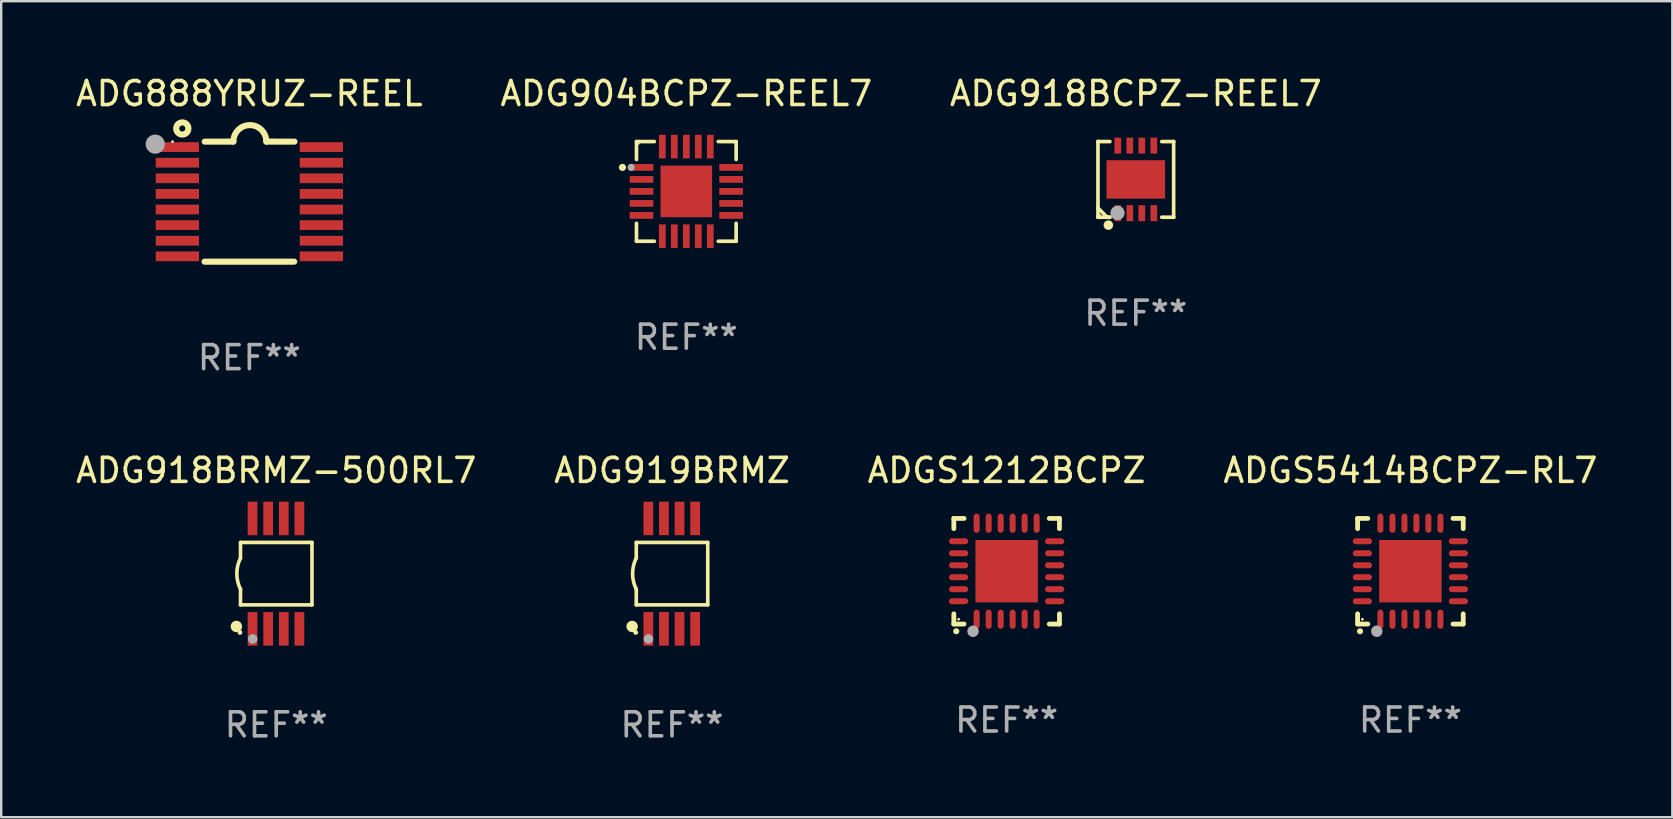
<source format=kicad_pcb>
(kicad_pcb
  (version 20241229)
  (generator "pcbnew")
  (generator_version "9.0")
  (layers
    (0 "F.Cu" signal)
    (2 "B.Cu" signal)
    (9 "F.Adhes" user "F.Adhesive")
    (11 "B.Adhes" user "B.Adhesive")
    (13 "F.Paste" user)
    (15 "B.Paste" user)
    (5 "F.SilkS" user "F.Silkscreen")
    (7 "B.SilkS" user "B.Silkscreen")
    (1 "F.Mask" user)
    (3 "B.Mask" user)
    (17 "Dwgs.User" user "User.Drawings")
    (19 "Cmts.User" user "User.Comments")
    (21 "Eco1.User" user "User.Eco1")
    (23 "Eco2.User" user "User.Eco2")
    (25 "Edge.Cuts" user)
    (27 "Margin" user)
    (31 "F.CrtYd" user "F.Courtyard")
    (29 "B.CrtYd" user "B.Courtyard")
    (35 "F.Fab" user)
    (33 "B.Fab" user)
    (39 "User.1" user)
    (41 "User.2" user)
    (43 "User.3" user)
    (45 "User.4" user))
  (footprint "ADGS1212BCPZ"
    (layer "F.Cu")
    (at 38.887 20.748)
    (property "Reference" "ADGS1212BCPZ" (at 0 -4.2 0) (layer "F.SilkS") (effects (font (size 1 1) (thickness 0.15))))
    (attr through_hole)
    (fp_line (start -2.2 -2.2) (end -2.2 -1.775) (stroke (width 0.2) (type solid)) (layer "F.SilkS"))
    (fp_line (start -2.2 2.2) (end -2.2 1.775) (stroke (width 0.2) (type solid)) (layer "F.SilkS"))
    (fp_line (start -1.775 -2.2) (end -2.2 -2.2) (stroke (width 0.2) (type solid)) (layer "F.SilkS"))
    (fp_line (start -1.775 2.2) (end -2.2 2.2) (stroke (width 0.2) (type solid)) (layer "F.SilkS"))
    (fp_line (start 2.2 -2.2) (end 1.775 -2.2) (stroke (width 0.2) (type solid)) (layer "F.SilkS"))
    (fp_line (start 2.2 -1.775) (end 2.2 -2.2) (stroke (width 0.2) (type solid)) (layer "F.SilkS"))
    (fp_line (start 2.2 1.775) (end 2.2 2.2) (stroke (width 0.2) (type solid)) (layer "F.SilkS"))
    (fp_line (start 2.2 2.2) (end 1.775 2.2) (stroke (width 0.2) (type solid)) (layer "F.SilkS"))
    (fp_arc (start -2.1 2.5) (mid -2.09873 2.499994) (end -2.09746 2.5) (stroke (width 0.25) (type solid)) (layer "F.SilkS"))
    (fp_circle (center -2 2) (end -1.97 2) (stroke (width 0.06) (type solid)) (fill no) (layer "F.SilkS"))
    (fp_circle (center -1.4 2.5) (end -1.28 2.5) (stroke (width 0.24) (type solid)) (fill no) (layer "F.Fab"))
    (fp_text user "REF**" (at 0 6.2 0) (layer "F.Fab") (effects (font (size 1 1) (thickness 0.15))))
    (pad "1" smd oval (at -1.25 2) (size 0.25 0.8) (layers "F.Cu" "F.Mask" "F.Paste"))
    (pad "2" smd oval (at -0.749 2) (size 0.25 0.8) (layers "F.Cu" "F.Mask" "F.Paste"))
    (pad "3" smd oval (at -0.249 2) (size 0.25 0.8) (layers "F.Cu" "F.Mask" "F.Paste"))
    (pad "4" smd oval (at 0.249 2) (size 0.25 0.8) (layers "F.Cu" "F.Mask" "F.Paste"))
    (pad "5" smd oval (at 0.749 2) (size 0.25 0.8) (layers "F.Cu" "F.Mask" "F.Paste"))
    (pad "6" smd oval (at 1.25 2) (size 0.25 0.8) (layers "F.Cu" "F.Mask" "F.Paste"))
    (pad "7" smd oval (at 2 1.25) (size 0.8 0.25) (layers "F.Cu" "F.Mask" "F.Paste"))
    (pad "8" smd oval (at 2 0.749) (size 0.8 0.25) (layers "F.Cu" "F.Mask" "F.Paste"))
    (pad "9" smd oval (at 2 0.249) (size 0.8 0.25) (layers "F.Cu" "F.Mask" "F.Paste"))
    (pad "10" smd oval (at 2 -0.249) (size 0.8 0.25) (layers "F.Cu" "F.Mask" "F.Paste"))
    (pad "11" smd oval (at 2 -0.749) (size 0.8 0.25) (layers "F.Cu" "F.Mask" "F.Paste"))
    (pad "12" smd oval (at 2 -1.25) (size 0.8 0.25) (layers "F.Cu" "F.Mask" "F.Paste"))
    (pad "13" smd oval (at 1.25 -2) (size 0.25 0.8) (layers "F.Cu" "F.Mask" "F.Paste"))
    (pad "14" smd oval (at 0.749 -2) (size 0.25 0.8) (layers "F.Cu" "F.Mask" "F.Paste"))
    (pad "15" smd oval (at 0.249 -2) (size 0.25 0.8) (layers "F.Cu" "F.Mask" "F.Paste"))
    (pad "16" smd oval (at -0.249 -2) (size 0.25 0.8) (layers "F.Cu" "F.Mask" "F.Paste"))
    (pad "17" smd oval (at -0.749 -2) (size 0.25 0.8) (layers "F.Cu" "F.Mask" "F.Paste"))
    (pad "18" smd oval (at -1.25 -2) (size 0.25 0.8) (layers "F.Cu" "F.Mask" "F.Paste"))
    (pad "19" smd oval (at -2 -1.25) (size 0.8 0.25) (layers "F.Cu" "F.Mask" "F.Paste"))
    (pad "20" smd oval (at -2 -0.749) (size 0.8 0.25) (layers "F.Cu" "F.Mask" "F.Paste"))
    (pad "21" smd oval (at -2 -0.249) (size 0.8 0.25) (layers "F.Cu" "F.Mask" "F.Paste"))
    (pad "22" smd oval (at -2 0.249) (size 0.8 0.25) (layers "F.Cu" "F.Mask" "F.Paste"))
    (pad "23" smd oval (at -2 0.749) (size 0.8 0.25) (layers "F.Cu" "F.Mask" "F.Paste"))
    (pad "24" smd oval (at -2 1.25) (size 0.8 0.25) (layers "F.Cu" "F.Mask" "F.Paste"))
    (pad "25" smd rect (at 0 0) (size 2.6 2.6) (layers "F.Cu" "F.Mask" "F.Paste")))
  (footprint "ADG888YRUZ-REEL"
    (layer "F.Cu")
    (at 7.339 5.35)
    (property "Reference" "ADG888YRUZ-REEL" (at 0 -4.501 0) (layer "F.SilkS") (effects (font (size 1 1) (thickness 0.15))))
    (attr through_hole)
    (fp_line (start -1.868 2.501) (end 1.868 2.501) (stroke (width 0.254) (type solid)) (layer "F.SilkS"))
    (fp_line (start -1.86 -2.499) (end -0.666 -2.501) (stroke (width 0.254) (type solid)) (layer "F.SilkS"))
    (fp_line (start 0.706 -2.501) (end 1.88 -2.499) (stroke (width 0.254) (type solid)) (layer "F.SilkS"))
    (fp_arc (start -0.665914 -2.501448) (mid 0.019888 -3.18725) (end 0.70569 -2.501448) (stroke (width 0.254001) (type solid)) (layer "F.SilkS"))
    (fp_circle (center -3.2 -2.497) (end -3.17 -2.497) (stroke (width 0.06) (type solid)) (fill no) (layer "F.SilkS"))
    (fp_circle (center -2.794 -3.047) (end -2.54 -3.047) (stroke (width 0.254) (type solid)) (fill no) (layer "F.SilkS"))
    (fp_circle (center -3.921 -2.395) (end -3.721 -2.395) (stroke (width 0.4) (type solid)) (fill no) (layer "F.Fab"))
    (fp_text user "REF**" (at 0 6.501 0) (layer "F.Fab") (effects (font (size 1 1) (thickness 0.15))))
    (pad "1" smd rect (at -3 -2.272) (size 1.803 0.406) (layers "F.Cu" "F.Mask" "F.Paste"))
    (pad "2" smd rect (at -3 -1.622) (size 1.803 0.406) (layers "F.Cu" "F.Mask" "F.Paste"))
    (pad "3" smd rect (at -3 -0.972) (size 1.803 0.406) (layers "F.Cu" "F.Mask" "F.Paste"))
    (pad "4" smd rect (at -3 -0.322) (size 1.803 0.406) (layers "F.Cu" "F.Mask" "F.Paste"))
    (pad "5" smd rect (at -3 0.328) (size 1.803 0.406) (layers "F.Cu" "F.Mask" "F.Paste"))
    (pad "6" smd rect (at -3 0.978) (size 1.803 0.406) (layers "F.Cu" "F.Mask" "F.Paste"))
    (pad "7" smd rect (at -3 1.628) (size 1.803 0.406) (layers "F.Cu" "F.Mask" "F.Paste"))
    (pad "8" smd rect (at -3 2.278) (size 1.803 0.406) (layers "F.Cu" "F.Mask" "F.Paste"))
    (pad "9" smd rect (at 3 2.278) (size 1.803 0.406) (layers "F.Cu" "F.Mask" "F.Paste"))
    (pad "10" smd rect (at 3 1.628) (size 1.803 0.406) (layers "F.Cu" "F.Mask" "F.Paste"))
    (pad "11" smd rect (at 3 0.978) (size 1.803 0.406) (layers "F.Cu" "F.Mask" "F.Paste"))
    (pad "12" smd rect (at 3 0.328) (size 1.803 0.406) (layers "F.Cu" "F.Mask" "F.Paste"))
    (pad "13" smd rect (at 3 -0.322) (size 1.803 0.406) (layers "F.Cu" "F.Mask" "F.Paste"))
    (pad "14" smd rect (at 3 -0.972) (size 1.803 0.406) (layers "F.Cu" "F.Mask" "F.Paste"))
    (pad "15" smd rect (at 3 -1.622) (size 1.803 0.406) (layers "F.Cu" "F.Mask" "F.Paste"))
    (pad "16" smd rect (at 3 -2.272) (size 1.803 0.406) (layers "F.Cu" "F.Mask" "F.Paste")))
  (footprint "ADGS5414BCPZ-RL7"
    (layer "F.Cu")
    (at 55.708 20.748)
    (property "Reference" "ADGS5414BCPZ-RL7" (at 0 -4.2 0) (layer "F.SilkS") (effects (font (size 1 1) (thickness 0.15))))
    (attr through_hole)
    (fp_line (start -2.2 -2.2) (end -2.2 -1.775) (stroke (width 0.2) (type solid)) (layer "F.SilkS"))
    (fp_line (start -2.2 2.2) (end -2.2 1.775) (stroke (width 0.2) (type solid)) (layer "F.SilkS"))
    (fp_line (start -1.775 -2.2) (end -2.2 -2.2) (stroke (width 0.2) (type solid)) (layer "F.SilkS"))
    (fp_line (start -1.775 2.2) (end -2.2 2.2) (stroke (width 0.2) (type solid)) (layer "F.SilkS"))
    (fp_line (start 2.2 -2.2) (end 1.775 -2.2) (stroke (width 0.2) (type solid)) (layer "F.SilkS"))
    (fp_line (start 2.2 -1.775) (end 2.2 -2.2) (stroke (width 0.2) (type solid)) (layer "F.SilkS"))
    (fp_line (start 2.2 1.775) (end 2.2 2.2) (stroke (width 0.2) (type solid)) (layer "F.SilkS"))
    (fp_line (start 2.2 2.2) (end 1.775 2.2) (stroke (width 0.2) (type solid)) (layer "F.SilkS"))
    (fp_arc (start -2.1 2.5) (mid -2.09873 2.499994) (end -2.09746 2.5) (stroke (width 0.25) (type solid)) (layer "F.SilkS"))
    (fp_circle (center -2 2) (end -1.97 2) (stroke (width 0.06) (type solid)) (fill no) (layer "F.SilkS"))
    (fp_circle (center -1.4 2.5) (end -1.28 2.5) (stroke (width 0.24) (type solid)) (fill no) (layer "F.Fab"))
    (fp_text user "REF**" (at 0 6.2 0) (layer "F.Fab") (effects (font (size 1 1) (thickness 0.15))))
    (pad "1" smd oval (at -1.25 2) (size 0.25 0.8) (layers "F.Cu" "F.Mask" "F.Paste"))
    (pad "2" smd oval (at -0.749 2) (size 0.25 0.8) (layers "F.Cu" "F.Mask" "F.Paste"))
    (pad "3" smd oval (at -0.249 2) (size 0.25 0.8) (layers "F.Cu" "F.Mask" "F.Paste"))
    (pad "4" smd oval (at 0.249 2) (size 0.25 0.8) (layers "F.Cu" "F.Mask" "F.Paste"))
    (pad "5" smd oval (at 0.749 2) (size 0.25 0.8) (layers "F.Cu" "F.Mask" "F.Paste"))
    (pad "6" smd oval (at 1.25 2) (size 0.25 0.8) (layers "F.Cu" "F.Mask" "F.Paste"))
    (pad "7" smd oval (at 2 1.25) (size 0.8 0.25) (layers "F.Cu" "F.Mask" "F.Paste"))
    (pad "8" smd oval (at 2 0.749) (size 0.8 0.25) (layers "F.Cu" "F.Mask" "F.Paste"))
    (pad "9" smd oval (at 2 0.249) (size 0.8 0.25) (layers "F.Cu" "F.Mask" "F.Paste"))
    (pad "10" smd oval (at 2 -0.249) (size 0.8 0.25) (layers "F.Cu" "F.Mask" "F.Paste"))
    (pad "11" smd oval (at 2 -0.749) (size 0.8 0.25) (layers "F.Cu" "F.Mask" "F.Paste"))
    (pad "12" smd oval (at 2 -1.25) (size 0.8 0.25) (layers "F.Cu" "F.Mask" "F.Paste"))
    (pad "13" smd oval (at 1.25 -2) (size 0.25 0.8) (layers "F.Cu" "F.Mask" "F.Paste"))
    (pad "14" smd oval (at 0.749 -2) (size 0.25 0.8) (layers "F.Cu" "F.Mask" "F.Paste"))
    (pad "15" smd oval (at 0.249 -2) (size 0.25 0.8) (layers "F.Cu" "F.Mask" "F.Paste"))
    (pad "16" smd oval (at -0.249 -2) (size 0.25 0.8) (layers "F.Cu" "F.Mask" "F.Paste"))
    (pad "17" smd oval (at -0.749 -2) (size 0.25 0.8) (layers "F.Cu" "F.Mask" "F.Paste"))
    (pad "18" smd oval (at -1.25 -2) (size 0.25 0.8) (layers "F.Cu" "F.Mask" "F.Paste"))
    (pad "19" smd oval (at -2 -1.25) (size 0.8 0.25) (layers "F.Cu" "F.Mask" "F.Paste"))
    (pad "20" smd oval (at -2 -0.749) (size 0.8 0.25) (layers "F.Cu" "F.Mask" "F.Paste"))
    (pad "21" smd oval (at -2 -0.249) (size 0.8 0.25) (layers "F.Cu" "F.Mask" "F.Paste"))
    (pad "22" smd oval (at -2 0.249) (size 0.8 0.25) (layers "F.Cu" "F.Mask" "F.Paste"))
    (pad "23" smd oval (at -2 0.749) (size 0.8 0.25) (layers "F.Cu" "F.Mask" "F.Paste"))
    (pad "24" smd oval (at -2 1.25) (size 0.8 0.25) (layers "F.Cu" "F.Mask" "F.Paste"))
    (pad "25" smd rect (at 0 0) (size 2.6 2.6) (layers "F.Cu" "F.Mask" "F.Paste")))
  (footprint "ADG918BCPZ-REEL7"
    (layer "F.Cu")
    (at 44.268 4.424)
    (property "Reference" "ADG918BCPZ-REEL7" (at 0 -3.576 0) (layer "F.SilkS") (effects (font (size 1 1) (thickness 0.15))))
    (attr through_hole)
    (fp_line (start -1.576 -1.576) (end -1.576 -1.576) (stroke (width 0.152) (type solid)) (layer "F.SilkS"))
    (fp_line (start -1.576 -1.576) (end -1.08 -1.576) (stroke (width 0.152) (type solid)) (layer "F.SilkS"))
    (fp_line (start -1.576 1.576) (end -1.576 -1.576) (stroke (width 0.152) (type solid)) (layer "F.SilkS"))
    (fp_line (start -1.576 1.576) (end -1.576 1.576) (stroke (width 0.152) (type solid)) (layer "F.SilkS"))
    (fp_line (start -1.193 1.576) (end -1.576 1.193) (stroke (width 0.152) (type solid)) (layer "F.SilkS"))
    (fp_line (start -1.08 1.576) (end -1.576 1.576) (stroke (width 0.152) (type solid)) (layer "F.SilkS"))
    (fp_line (start -1.08 1.576) (end -1.193 1.576) (stroke (width 0.152) (type solid)) (layer "F.SilkS"))
    (fp_line (start 1.08 1.576) (end 1.576 1.576) (stroke (width 0.152) (type solid)) (layer "F.SilkS"))
    (fp_line (start 1.576 -1.576) (end 1.08 -1.576) (stroke (width 0.152) (type solid)) (layer "F.SilkS"))
    (fp_line (start 1.576 -1.576) (end 1.576 -1.576) (stroke (width 0.152) (type solid)) (layer "F.SilkS"))
    (fp_line (start 1.576 1.576) (end 1.576 -1.576) (stroke (width 0.152) (type solid)) (layer "F.SilkS"))
    (fp_line (start 1.576 1.576) (end 1.576 1.576) (stroke (width 0.152) (type solid)) (layer "F.SilkS"))
    (fp_circle (center -1.5 1.5) (end -1.47 1.5) (stroke (width 0.06) (type solid)) (fill no) (layer "F.SilkS"))
    (fp_circle (center -1.143 1.905) (end -1.043 1.905) (stroke (width 0.2) (type solid)) (fill no) (layer "F.SilkS"))
    (fp_circle (center -0.762 1.397) (end -0.612 1.397) (stroke (width 0.3) (type solid)) (fill no) (layer "F.Fab"))
    (fp_text user "REF**" (at 0 5.576 0) (layer "F.Fab") (effects (font (size 1 1) (thickness 0.15))))
    (pad "0" smd rect (at 0 0) (size 2.44 1.6) (layers "F.Cu" "F.Mask" "F.Paste"))
    (pad "1" smd rect (at -0.75 1.407) (size 0.28 0.665) (layers "F.Cu" "F.Mask" "F.Paste"))
    (pad "2" smd rect (at -0.25 1.407) (size 0.28 0.665) (layers "F.Cu" "F.Mask" "F.Paste"))
    (pad "3" smd rect (at 0.25 1.407) (size 0.28 0.665) (layers "F.Cu" "F.Mask" "F.Paste"))
    (pad "4" smd rect (at 0.75 1.407) (size 0.28 0.665) (layers "F.Cu" "F.Mask" "F.Paste"))
    (pad "5" smd rect (at 0.75 -1.407) (size 0.28 0.665) (layers "F.Cu" "F.Mask" "F.Paste"))
    (pad "6" smd rect (at 0.25 -1.407) (size 0.28 0.665) (layers "F.Cu" "F.Mask" "F.Paste"))
    (pad "7" smd rect (at -0.25 -1.407) (size 0.28 0.665) (layers "F.Cu" "F.Mask" "F.Paste"))
    (pad "8" smd rect (at -0.75 -1.407) (size 0.28 0.665) (layers "F.Cu" "F.Mask" "F.Paste")))
  (footprint "ADG918BRMZ-500RL7"
    (layer "F.Cu")
    (at 8.458 20.848)
    (property "Reference" "ADG918BRMZ-500RL7" (at 0 -4.3 0) (layer "F.SilkS") (effects (font (size 1 1) (thickness 0.15))))
    (attr through_hole)
    (fp_line (start -1.489 -1.3) (end -1.489 -0.648) (stroke (width 0.15) (type solid)) (layer "F.SilkS"))
    (fp_line (start -1.489 0.648) (end -1.489 1.3) (stroke (width 0.15) (type solid)) (layer "F.SilkS"))
    (fp_line (start -1.489 1.3) (end 1.489 1.3) (stroke (width 0.15) (type solid)) (layer "F.SilkS"))
    (fp_line (start 1.489 -1.3) (end -1.489 -1.3) (stroke (width 0.15) (type solid)) (layer "F.SilkS"))
    (fp_line (start 1.489 1.3) (end 1.489 -1.3) (stroke (width 0.15) (type solid)) (layer "F.SilkS"))
    (fp_arc (start -1.489205 0.647702) (mid -1.642107 0) (end -1.489205 -0.647701) (stroke (width 0.150013) (type solid)) (layer "F.SilkS"))
    (fp_circle (center -1.661 2.2) (end -1.541 2.2) (stroke (width 0.24) (type solid)) (fill no) (layer "F.SilkS"))
    (fp_circle (center -1.511 2.45) (end -1.461 2.45) (stroke (width 0.1) (type solid)) (fill no) (layer "F.SilkS"))
    (fp_circle (center -0.981 2.72) (end -0.881 2.72) (stroke (width 0.2) (type solid)) (fill no) (layer "F.Fab"))
    (fp_text user "REF**" (at 0 6.3 0) (layer "F.Fab") (effects (font (size 1 1) (thickness 0.15))))
    (pad "1" smd rect (at -0.986 2.3) (size 0.406 1.397) (layers "F.Cu" "F.Mask" "F.Paste"))
    (pad "2" smd rect (at -0.336 2.3) (size 0.406 1.397) (layers "F.Cu" "F.Mask" "F.Paste"))
    (pad "3" smd rect (at 0.314 2.3) (size 0.406 1.397) (layers "F.Cu" "F.Mask" "F.Paste"))
    (pad "4" smd rect (at 0.964 2.3) (size 0.406 1.397) (layers "F.Cu" "F.Mask" "F.Paste"))
    (pad "5" smd rect (at 0.964 -2.3) (size 0.406 1.397) (layers "F.Cu" "F.Mask" "F.Paste"))
    (pad "6" smd rect (at 0.314 -2.3) (size 0.406 1.397) (layers "F.Cu" "F.Mask" "F.Paste"))
    (pad "7" smd rect (at -0.336 -2.3) (size 0.406 1.397) (layers "F.Cu" "F.Mask" "F.Paste"))
    (pad "8" smd rect (at -0.986 -2.3) (size 0.406 1.397) (layers "F.Cu" "F.Mask" "F.Paste")))
  (footprint "ADG904BCPZ-REEL7"
    (layer "F.Cu")
    (at 25.542 4.924)
    (property "Reference" "ADG904BCPZ-REEL7" (at 0 -4.076 0) (layer "F.SilkS") (effects (font (size 1 1) (thickness 0.15))))
    (attr through_hole)
    (fp_line (start -2.076 -2.076) (end -2.076 -1.331) (stroke (width 0.152) (type solid)) (layer "F.SilkS"))
    (fp_line (start -2.076 2.076) (end -2.076 1.331) (stroke (width 0.152) (type solid)) (layer "F.SilkS"))
    (fp_line (start -1.331 -2.076) (end -2.076 -2.076) (stroke (width 0.152) (type solid)) (layer "F.SilkS"))
    (fp_line (start -1.331 2.076) (end -2.076 2.076) (stroke (width 0.152) (type solid)) (layer "F.SilkS"))
    (fp_line (start 1.331 -2.076) (end 2.076 -2.076) (stroke (width 0.152) (type solid)) (layer "F.SilkS"))
    (fp_line (start 1.331 2.076) (end 2.076 2.076) (stroke (width 0.152) (type solid)) (layer "F.SilkS"))
    (fp_line (start 2.076 -2.076) (end 2.076 -1.331) (stroke (width 0.152) (type solid)) (layer "F.SilkS"))
    (fp_line (start 2.076 2.076) (end 2.076 1.331) (stroke (width 0.152) (type solid)) (layer "F.SilkS"))
    (fp_circle (center -2.66 -1) (end -2.585 -1) (stroke (width 0.15) (type solid)) (fill no) (layer "F.SilkS"))
    (fp_circle (center -2 -2) (end -1.97 -2) (stroke (width 0.06) (type solid)) (fill no) (layer "F.SilkS"))
    (fp_circle (center -2.3 -1) (end -2.225 -1) (stroke (width 0.15) (type solid)) (fill no) (layer "F.Fab"))
    (fp_text user "REF**" (at 0 6.076 0) (layer "F.Fab") (effects (font (size 1 1) (thickness 0.15))))
    (pad "1" smd rect (at -1.867 -1) (size 0.985 0.28) (layers "F.Cu" "F.Mask" "F.Paste"))
    (pad "2" smd rect (at -1.867 -0.5) (size 0.985 0.28) (layers "F.Cu" "F.Mask" "F.Paste"))
    (pad "3" smd rect (at -1.867 0) (size 0.985 0.28) (layers "F.Cu" "F.Mask" "F.Paste"))
    (pad "4" smd rect (at -1.867 0.5) (size 0.985 0.28) (layers "F.Cu" "F.Mask" "F.Paste"))
    (pad "5" smd rect (at -1.867 1) (size 0.985 0.28) (layers "F.Cu" "F.Mask" "F.Paste"))
    (pad "6" smd rect (at -1 1.867) (size 0.28 0.985) (layers "F.Cu" "F.Mask" "F.Paste"))
    (pad "7" smd rect (at -0.5 1.867) (size 0.28 0.985) (layers "F.Cu" "F.Mask" "F.Paste"))
    (pad "8" smd rect (at 0 1.867) (size 0.28 0.985) (layers "F.Cu" "F.Mask" "F.Paste"))
    (pad "9" smd rect (at 0.5 1.867) (size 0.28 0.985) (layers "F.Cu" "F.Mask" "F.Paste"))
    (pad "10" smd rect (at 1 1.867) (size 0.28 0.985) (layers "F.Cu" "F.Mask" "F.Paste"))
    (pad "11" smd rect (at 1.867 1) (size 0.985 0.28) (layers "F.Cu" "F.Mask" "F.Paste"))
    (pad "12" smd rect (at 1.867 0.5) (size 0.985 0.28) (layers "F.Cu" "F.Mask" "F.Paste"))
    (pad "13" smd rect (at 1.867 0) (size 0.985 0.28) (layers "F.Cu" "F.Mask" "F.Paste"))
    (pad "14" smd rect (at 1.867 -0.5) (size 0.985 0.28) (layers "F.Cu" "F.Mask" "F.Paste"))
    (pad "15" smd rect (at 1.867 -1) (size 0.985 0.28) (layers "F.Cu" "F.Mask" "F.Paste"))
    (pad "16" smd rect (at 1 -1.867) (size 0.28 0.985) (layers "F.Cu" "F.Mask" "F.Paste"))
    (pad "17" smd rect (at 0.5 -1.867) (size 0.28 0.985) (layers "F.Cu" "F.Mask" "F.Paste"))
    (pad "18" smd rect (at 0 -1.867) (size 0.28 0.985) (layers "F.Cu" "F.Mask" "F.Paste"))
    (pad "19" smd rect (at -0.5 -1.867) (size 0.28 0.985) (layers "F.Cu" "F.Mask" "F.Paste"))
    (pad "20" smd rect (at -1 -1.867) (size 0.28 0.985) (layers "F.Cu" "F.Mask" "F.Paste"))
    (pad "21" smd rect (at 0 0) (size 2.15 2.15) (layers "F.Cu" "F.Mask" "F.Paste")))
  (footprint "ADG919BRMZ"
    (layer "F.Cu")
    (at 24.946 20.848)
    (property "Reference" "ADG919BRMZ" (at 0 -4.3 0) (layer "F.SilkS") (effects (font (size 1 1) (thickness 0.15))))
    (attr through_hole)
    (fp_line (start -1.489 -1.3) (end -1.489 -0.648) (stroke (width 0.15) (type solid)) (layer "F.SilkS"))
    (fp_line (start -1.489 0.648) (end -1.489 1.3) (stroke (width 0.15) (type solid)) (layer "F.SilkS"))
    (fp_line (start -1.489 1.3) (end 1.489 1.3) (stroke (width 0.15) (type solid)) (layer "F.SilkS"))
    (fp_line (start 1.489 -1.3) (end -1.489 -1.3) (stroke (width 0.15) (type solid)) (layer "F.SilkS"))
    (fp_line (start 1.489 1.3) (end 1.489 -1.3) (stroke (width 0.15) (type solid)) (layer "F.SilkS"))
    (fp_arc (start -1.489205 0.647702) (mid -1.642107 0) (end -1.489205 -0.647701) (stroke (width 0.150013) (type solid)) (layer "F.SilkS"))
    (fp_circle (center -1.661 2.2) (end -1.541 2.2) (stroke (width 0.24) (type solid)) (fill no) (layer "F.SilkS"))
    (fp_circle (center -1.511 2.45) (end -1.461 2.45) (stroke (width 0.1) (type solid)) (fill no) (layer "F.SilkS"))
    (fp_circle (center -0.981 2.72) (end -0.881 2.72) (stroke (width 0.2) (type solid)) (fill no) (layer "F.Fab"))
    (fp_text user "REF**" (at 0 6.3 0) (layer "F.Fab") (effects (font (size 1 1) (thickness 0.15))))
    (pad "1" smd rect (at -0.986 2.3) (size 0.406 1.397) (layers "F.Cu" "F.Mask" "F.Paste"))
    (pad "2" smd rect (at -0.336 2.3) (size 0.406 1.397) (layers "F.Cu" "F.Mask" "F.Paste"))
    (pad "3" smd rect (at 0.314 2.3) (size 0.406 1.397) (layers "F.Cu" "F.Mask" "F.Paste"))
    (pad "4" smd rect (at 0.964 2.3) (size 0.406 1.397) (layers "F.Cu" "F.Mask" "F.Paste"))
    (pad "5" smd rect (at 0.964 -2.3) (size 0.406 1.397) (layers "F.Cu" "F.Mask" "F.Paste"))
    (pad "6" smd rect (at 0.314 -2.3) (size 0.406 1.397) (layers "F.Cu" "F.Mask" "F.Paste"))
    (pad "7" smd rect (at -0.336 -2.3) (size 0.406 1.397) (layers "F.Cu" "F.Mask" "F.Paste"))
    (pad "8" smd rect (at -0.986 -2.3) (size 0.406 1.397) (layers "F.Cu" "F.Mask" "F.Paste")))
  (gr_rect
    (start -3 -3)
    (end 66.619 30.996)
    (stroke (width 0.1) (type default))
    (fill no)
    (layer "Edge.Cuts")))
</source>
